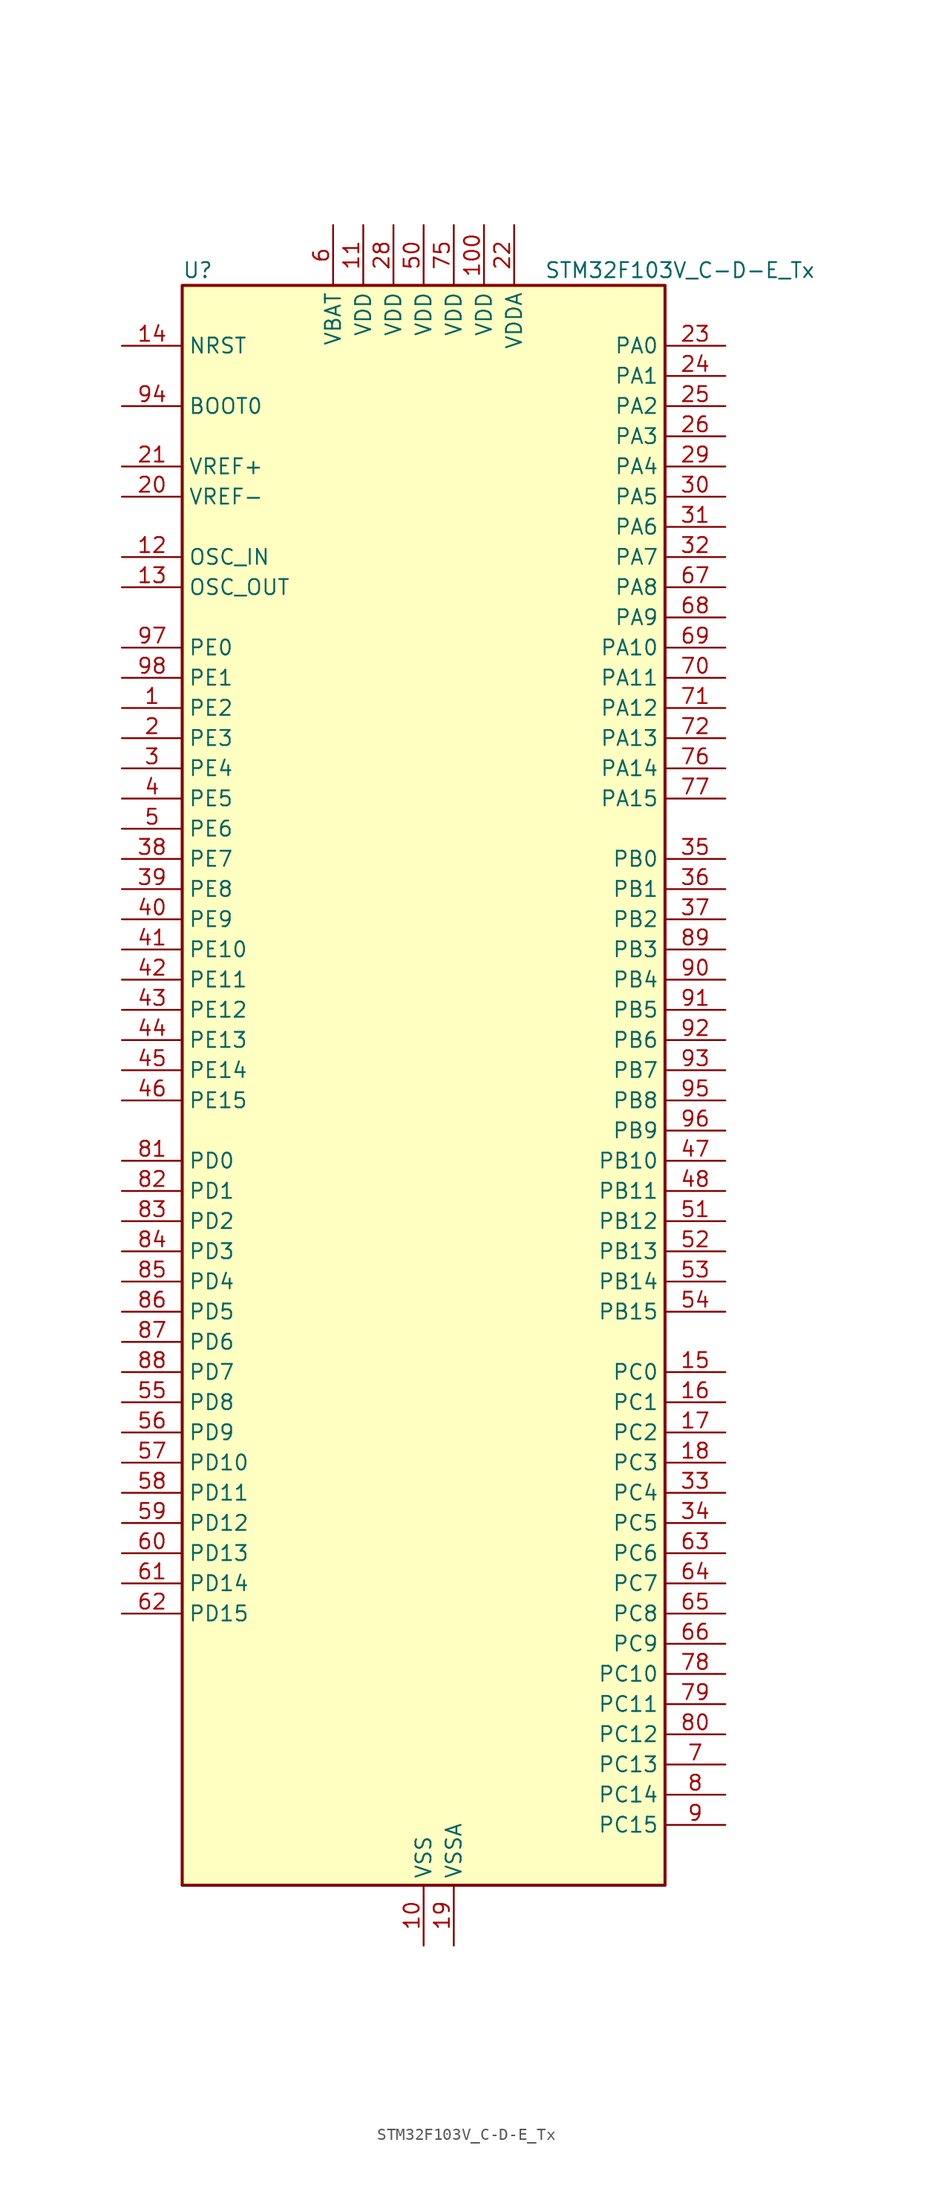
<source format=kicad_sym>
(kicad_symbol_lib
  (version 20241209)
  (generator "kicad_symbol_editor")
  (generator_version "9.0")
  (symbol "STM32F103V_C-D-E_Tx"
    (property "Reference" "U"
      (at -20.32 69.85 0)
      (effects (font (size 1.27 1.27)) (justify left)))
    (property "Value" "STM32F103V_C-D-E_Tx"
      (at 10.16 69.85 0)
      (effects (font (size 1.27 1.27)) (justify left)))
    (symbol "STM32F103V_C-D-E_Tx_0_1"
      (rectangle (start -20.32 -66.04) (end 20.32 68.58) (stroke (width 0.254) (type default)) (fill (type background))))
    (symbol "STM32F103V_C-D-E_Tx_1_1"
      (pin input line (at -25.4 63.5 0) (length 5.08) (name "NRST" (effects (font (size 1.27 1.27)))) (number "14" (effects (font (size 1.27 1.27)))))
      (pin input line (at -25.4 58.42 0) (length 5.08) (name "BOOT0" (effects (font (size 1.27 1.27)))) (number "94" (effects (font (size 1.27 1.27)))))
      (pin input line (at -25.4 53.34 0) (length 5.08) (name "VREF+" (effects (font (size 1.27 1.27)))) (number "21" (effects (font (size 1.27 1.27)))))
      (pin input line (at -25.4 50.8 0) (length 5.08) (name "VREF-" (effects (font (size 1.27 1.27)))) (number "20" (effects (font (size 1.27 1.27)))))
      (pin input line (at -25.4 45.72 0) (length 5.08) (name "OSC_IN" (effects (font (size 1.27 1.27)))) (number "12" (effects (font (size 1.27 1.27)))) (alternate "RCC_OSC_IN" bidirectional line))
      (pin input line (at -25.4 43.18 0) (length 5.08) (name "OSC_OUT" (effects (font (size 1.27 1.27)))) (number "13" (effects (font (size 1.27 1.27)))) (alternate "RCC_OSC_OUT" bidirectional line))
      (pin bidirectional line (at -25.4 38.1 0) (length 5.08) (name "PE0" (effects (font (size 1.27 1.27)))) (number "97" (effects (font (size 1.27 1.27)))) (alternate "FSMC_NBL0" bidirectional line) (alternate "TIM4_ETR" bidirectional line))
      (pin bidirectional line (at -25.4 35.56 0) (length 5.08) (name "PE1" (effects (font (size 1.27 1.27)))) (number "98" (effects (font (size 1.27 1.27)))) (alternate "FSMC_NBL1" bidirectional line))
      (pin bidirectional line (at -25.4 33.02 0) (length 5.08) (name "PE2" (effects (font (size 1.27 1.27)))) (number "1" (effects (font (size 1.27 1.27)))) (alternate "FSMC_A23" bidirectional line) (alternate "SYS_TRACECLK" bidirectional line))
      (pin bidirectional line (at -25.4 30.48 0) (length 5.08) (name "PE3" (effects (font (size 1.27 1.27)))) (number "2" (effects (font (size 1.27 1.27)))) (alternate "FSMC_A19" bidirectional line) (alternate "SYS_TRACED0" bidirectional line))
      (pin bidirectional line (at -25.4 27.94 0) (length 5.08) (name "PE4" (effects (font (size 1.27 1.27)))) (number "3" (effects (font (size 1.27 1.27)))) (alternate "FSMC_A20" bidirectional line) (alternate "SYS_TRACED1" bidirectional line))
      (pin bidirectional line (at -25.4 25.4 0) (length 5.08) (name "PE5" (effects (font (size 1.27 1.27)))) (number "4" (effects (font (size 1.27 1.27)))) (alternate "FSMC_A21" bidirectional line) (alternate "SYS_TRACED2" bidirectional line))
      (pin bidirectional line (at -25.4 22.86 0) (length 5.08) (name "PE6" (effects (font (size 1.27 1.27)))) (number "5" (effects (font (size 1.27 1.27)))) (alternate "FSMC_A22" bidirectional line) (alternate "SYS_TRACED3" bidirectional line))
      (pin bidirectional line (at -25.4 20.32 0) (length 5.08) (name "PE7" (effects (font (size 1.27 1.27)))) (number "38" (effects (font (size 1.27 1.27)))) (alternate "FSMC_D4" bidirectional line) (alternate "FSMC_DA4" bidirectional line) (alternate "TIM1_ETR" bidirectional line))
      (pin bidirectional line (at -25.4 17.78 0) (length 5.08) (name "PE8" (effects (font (size 1.27 1.27)))) (number "39" (effects (font (size 1.27 1.27)))) (alternate "FSMC_D5" bidirectional line) (alternate "FSMC_DA5" bidirectional line) (alternate "TIM1_CH1N" bidirectional line))
      (pin bidirectional line (at -25.4 15.24 0) (length 5.08) (name "PE9" (effects (font (size 1.27 1.27)))) (number "40" (effects (font (size 1.27 1.27)))) (alternate "DAC_EXTI9" bidirectional line) (alternate "FSMC_D6" bidirectional line) (alternate "FSMC_DA6" bidirectional line) (alternate "TIM1_CH1" bidirectional line))
      (pin bidirectional line (at -25.4 12.7 0) (length 5.08) (name "PE10" (effects (font (size 1.27 1.27)))) (number "41" (effects (font (size 1.27 1.27)))) (alternate "FSMC_D7" bidirectional line) (alternate "FSMC_DA7" bidirectional line) (alternate "TIM1_CH2N" bidirectional line))
      (pin bidirectional line (at -25.4 10.16 0) (length 5.08) (name "PE11" (effects (font (size 1.27 1.27)))) (number "42" (effects (font (size 1.27 1.27)))) (alternate "ADC1_EXTI11" bidirectional line) (alternate "ADC2_EXTI11" bidirectional line) (alternate "FSMC_D8" bidirectional line) (alternate "FSMC_DA8" bidirectional line) (alternate "TIM1_CH2" bidirectional line))
      (pin bidirectional line (at -25.4 7.62 0) (length 5.08) (name "PE12" (effects (font (size 1.27 1.27)))) (number "43" (effects (font (size 1.27 1.27)))) (alternate "FSMC_D9" bidirectional line) (alternate "FSMC_DA9" bidirectional line) (alternate "TIM1_CH3N" bidirectional line))
      (pin bidirectional line (at -25.4 5.08 0) (length 5.08) (name "PE13" (effects (font (size 1.27 1.27)))) (number "44" (effects (font (size 1.27 1.27)))) (alternate "FSMC_D10" bidirectional line) (alternate "FSMC_DA10" bidirectional line) (alternate "TIM1_CH3" bidirectional line))
      (pin bidirectional line (at -25.4 2.54 0) (length 5.08) (name "PE14" (effects (font (size 1.27 1.27)))) (number "45" (effects (font (size 1.27 1.27)))) (alternate "FSMC_D11" bidirectional line) (alternate "FSMC_DA11" bidirectional line) (alternate "TIM1_CH4" bidirectional line))
      (pin bidirectional line (at -25.4 0 0) (length 5.08) (name "PE15" (effects (font (size 1.27 1.27)))) (number "46" (effects (font (size 1.27 1.27)))) (alternate "ADC1_EXTI15" bidirectional line) (alternate "ADC2_EXTI15" bidirectional line) (alternate "FSMC_D12" bidirectional line) (alternate "FSMC_DA12" bidirectional line) (alternate "TIM1_BKIN" bidirectional line))
      (pin bidirectional line (at -25.4 -5.08 0) (length 5.08) (name "PD0" (effects (font (size 1.27 1.27)))) (number "81" (effects (font (size 1.27 1.27)))) (alternate "CAN_RX" bidirectional line) (alternate "FSMC_D2" bidirectional line) (alternate "FSMC_DA2" bidirectional line))
      (pin bidirectional line (at -25.4 -7.62 0) (length 5.08) (name "PD1" (effects (font (size 1.27 1.27)))) (number "82" (effects (font (size 1.27 1.27)))) (alternate "CAN_TX" bidirectional line) (alternate "FSMC_D3" bidirectional line) (alternate "FSMC_DA3" bidirectional line))
      (pin bidirectional line (at -25.4 -10.16 0) (length 5.08) (name "PD2" (effects (font (size 1.27 1.27)))) (number "83" (effects (font (size 1.27 1.27)))) (alternate "SDIO_CMD" bidirectional line) (alternate "TIM3_ETR" bidirectional line) (alternate "UART5_RX" bidirectional line))
      (pin bidirectional line (at -25.4 -12.7 0) (length 5.08) (name "PD3" (effects (font (size 1.27 1.27)))) (number "84" (effects (font (size 1.27 1.27)))) (alternate "FSMC_CLK" bidirectional line) (alternate "USART2_CTS" bidirectional line))
      (pin bidirectional line (at -25.4 -15.24 0) (length 5.08) (name "PD4" (effects (font (size 1.27 1.27)))) (number "85" (effects (font (size 1.27 1.27)))) (alternate "FSMC_NOE" bidirectional line) (alternate "USART2_RTS" bidirectional line))
      (pin bidirectional line (at -25.4 -17.78 0) (length 5.08) (name "PD5" (effects (font (size 1.27 1.27)))) (number "86" (effects (font (size 1.27 1.27)))) (alternate "FSMC_NWE" bidirectional line) (alternate "USART2_TX" bidirectional line))
      (pin bidirectional line (at -25.4 -20.32 0) (length 5.08) (name "PD6" (effects (font (size 1.27 1.27)))) (number "87" (effects (font (size 1.27 1.27)))) (alternate "FSMC_NWAIT" bidirectional line) (alternate "USART2_RX" bidirectional line))
      (pin bidirectional line (at -25.4 -22.86 0) (length 5.08) (name "PD7" (effects (font (size 1.27 1.27)))) (number "88" (effects (font (size 1.27 1.27)))) (alternate "FSMC_NCE2" bidirectional line) (alternate "FSMC_NE1" bidirectional line) (alternate "USART2_CK" bidirectional line))
      (pin bidirectional line (at -25.4 -25.4 0) (length 5.08) (name "PD8" (effects (font (size 1.27 1.27)))) (number "55" (effects (font (size 1.27 1.27)))) (alternate "FSMC_D13" bidirectional line) (alternate "FSMC_DA13" bidirectional line) (alternate "USART3_TX" bidirectional line))
      (pin bidirectional line (at -25.4 -27.94 0) (length 5.08) (name "PD9" (effects (font (size 1.27 1.27)))) (number "56" (effects (font (size 1.27 1.27)))) (alternate "DAC_EXTI9" bidirectional line) (alternate "FSMC_D14" bidirectional line) (alternate "FSMC_DA14" bidirectional line) (alternate "USART3_RX" bidirectional line))
      (pin bidirectional line (at -25.4 -30.48 0) (length 5.08) (name "PD10" (effects (font (size 1.27 1.27)))) (number "57" (effects (font (size 1.27 1.27)))) (alternate "FSMC_D15" bidirectional line) (alternate "FSMC_DA15" bidirectional line) (alternate "USART3_CK" bidirectional line))
      (pin bidirectional line (at -25.4 -33.02 0) (length 5.08) (name "PD11" (effects (font (size 1.27 1.27)))) (number "58" (effects (font (size 1.27 1.27)))) (alternate "ADC1_EXTI11" bidirectional line) (alternate "ADC2_EXTI11" bidirectional line) (alternate "FSMC_A16" bidirectional line) (alternate "FSMC_CLE" bidirectional line) (alternate "USART3_CTS" bidirectional line))
      (pin bidirectional line (at -25.4 -35.56 0) (length 5.08) (name "PD12" (effects (font (size 1.27 1.27)))) (number "59" (effects (font (size 1.27 1.27)))) (alternate "FSMC_A17" bidirectional line) (alternate "FSMC_ALE" bidirectional line) (alternate "TIM4_CH1" bidirectional line) (alternate "USART3_RTS" bidirectional line))
      (pin bidirectional line (at -25.4 -38.1 0) (length 5.08) (name "PD13" (effects (font (size 1.27 1.27)))) (number "60" (effects (font (size 1.27 1.27)))) (alternate "FSMC_A18" bidirectional line) (alternate "TIM4_CH2" bidirectional line))
      (pin bidirectional line (at -25.4 -40.64 0) (length 5.08) (name "PD14" (effects (font (size 1.27 1.27)))) (number "61" (effects (font (size 1.27 1.27)))) (alternate "FSMC_D0" bidirectional line) (alternate "FSMC_DA0" bidirectional line) (alternate "TIM4_CH3" bidirectional line))
      (pin bidirectional line (at -25.4 -43.18 0) (length 5.08) (name "PD15" (effects (font (size 1.27 1.27)))) (number "62" (effects (font (size 1.27 1.27)))) (alternate "ADC1_EXTI15" bidirectional line) (alternate "ADC2_EXTI15" bidirectional line) (alternate "FSMC_D1" bidirectional line) (alternate "FSMC_DA1" bidirectional line) (alternate "TIM4_CH4" bidirectional line))
      (pin no_connect line (at -20.32 -66.04 0) (length 5.08) (hide yes) (name "NC" (effects (font (size 1.27 1.27)))) (number "73" (effects (font (size 1.27 1.27)))))
      (pin power_in line (at -7.62 73.66 270) (length 5.08) (name "VBAT" (effects (font (size 1.27 1.27)))) (number "6" (effects (font (size 1.27 1.27)))))
      (pin power_in line (at -5.08 73.66 270) (length 5.08) (name "VDD" (effects (font (size 1.27 1.27)))) (number "11" (effects (font (size 1.27 1.27)))))
      (pin power_in line (at -2.54 73.66 270) (length 5.08) (name "VDD" (effects (font (size 1.27 1.27)))) (number "28" (effects (font (size 1.27 1.27)))))
      (pin power_in line (at 0 73.66 270) (length 5.08) (name "VDD" (effects (font (size 1.27 1.27)))) (number "50" (effects (font (size 1.27 1.27)))))
      (pin power_in line (at 0 -71.12 90) (length 5.08) (name "VSS" (effects (font (size 1.27 1.27)))) (number "10" (effects (font (size 1.27 1.27)))))
      (pin passive line (at 0 -71.12 90) (length 5.08) (hide yes) (name "VSS" (effects (font (size 1.27 1.27)))) (number "27" (effects (font (size 1.27 1.27)))))
      (pin passive line (at 0 -71.12 90) (length 5.08) (hide yes) (name "VSS" (effects (font (size 1.27 1.27)))) (number "49" (effects (font (size 1.27 1.27)))))
      (pin passive line (at 0 -71.12 90) (length 5.08) (hide yes) (name "VSS" (effects (font (size 1.27 1.27)))) (number "74" (effects (font (size 1.27 1.27)))))
      (pin passive line (at 0 -71.12 90) (length 5.08) (hide yes) (name "VSS" (effects (font (size 1.27 1.27)))) (number "99" (effects (font (size 1.27 1.27)))))
      (pin power_in line (at 2.54 73.66 270) (length 5.08) (name "VDD" (effects (font (size 1.27 1.27)))) (number "75" (effects (font (size 1.27 1.27)))))
      (pin power_in line (at 2.54 -71.12 90) (length 5.08) (name "VSSA" (effects (font (size 1.27 1.27)))) (number "19" (effects (font (size 1.27 1.27)))))
      (pin power_in line (at 5.08 73.66 270) (length 5.08) (name "VDD" (effects (font (size 1.27 1.27)))) (number "100" (effects (font (size 1.27 1.27)))))
      (pin power_in line (at 7.62 73.66 270) (length 5.08) (name "VDDA" (effects (font (size 1.27 1.27)))) (number "22" (effects (font (size 1.27 1.27)))))
      (pin bidirectional line (at 25.4 63.5 180) (length 5.08) (name "PA0" (effects (font (size 1.27 1.27)))) (number "23" (effects (font (size 1.27 1.27)))) (alternate "ADC1_IN0" bidirectional line) (alternate "ADC2_IN0" bidirectional line) (alternate "ADC3_IN0" bidirectional line) (alternate "SYS_WKUP" bidirectional line) (alternate "TIM2_CH1" bidirectional line) (alternate "TIM2_ETR" bidirectional line) (alternate "TIM5_CH1" bidirectional line) (alternate "TIM8_ETR" bidirectional line) (alternate "USART2_CTS" bidirectional line))
      (pin bidirectional line (at 25.4 60.96 180) (length 5.08) (name "PA1" (effects (font (size 1.27 1.27)))) (number "24" (effects (font (size 1.27 1.27)))) (alternate "ADC1_IN1" bidirectional line) (alternate "ADC2_IN1" bidirectional line) (alternate "ADC3_IN1" bidirectional line) (alternate "TIM2_CH2" bidirectional line) (alternate "TIM5_CH2" bidirectional line) (alternate "USART2_RTS" bidirectional line))
      (pin bidirectional line (at 25.4 58.42 180) (length 5.08) (name "PA2" (effects (font (size 1.27 1.27)))) (number "25" (effects (font (size 1.27 1.27)))) (alternate "ADC1_IN2" bidirectional line) (alternate "ADC2_IN2" bidirectional line) (alternate "ADC3_IN2" bidirectional line) (alternate "TIM2_CH3" bidirectional line) (alternate "TIM5_CH3" bidirectional line) (alternate "USART2_TX" bidirectional line))
      (pin bidirectional line (at 25.4 55.88 180) (length 5.08) (name "PA3" (effects (font (size 1.27 1.27)))) (number "26" (effects (font (size 1.27 1.27)))) (alternate "ADC1_IN3" bidirectional line) (alternate "ADC2_IN3" bidirectional line) (alternate "ADC3_IN3" bidirectional line) (alternate "TIM2_CH4" bidirectional line) (alternate "TIM5_CH4" bidirectional line) (alternate "USART2_RX" bidirectional line))
      (pin bidirectional line (at 25.4 53.34 180) (length 5.08) (name "PA4" (effects (font (size 1.27 1.27)))) (number "29" (effects (font (size 1.27 1.27)))) (alternate "ADC1_IN4" bidirectional line) (alternate "ADC2_IN4" bidirectional line) (alternate "DAC_OUT1" bidirectional line) (alternate "SPI1_NSS" bidirectional line) (alternate "USART2_CK" bidirectional line))
      (pin bidirectional line (at 25.4 50.8 180) (length 5.08) (name "PA5" (effects (font (size 1.27 1.27)))) (number "30" (effects (font (size 1.27 1.27)))) (alternate "ADC1_IN5" bidirectional line) (alternate "ADC2_IN5" bidirectional line) (alternate "DAC_OUT2" bidirectional line) (alternate "SPI1_SCK" bidirectional line))
      (pin bidirectional line (at 25.4 48.26 180) (length 5.08) (name "PA6" (effects (font (size 1.27 1.27)))) (number "31" (effects (font (size 1.27 1.27)))) (alternate "ADC1_IN6" bidirectional line) (alternate "ADC2_IN6" bidirectional line) (alternate "SPI1_MISO" bidirectional line) (alternate "TIM1_BKIN" bidirectional line) (alternate "TIM3_CH1" bidirectional line) (alternate "TIM8_BKIN" bidirectional line))
      (pin bidirectional line (at 25.4 45.72 180) (length 5.08) (name "PA7" (effects (font (size 1.27 1.27)))) (number "32" (effects (font (size 1.27 1.27)))) (alternate "ADC1_IN7" bidirectional line) (alternate "ADC2_IN7" bidirectional line) (alternate "SPI1_MOSI" bidirectional line) (alternate "TIM1_CH1N" bidirectional line) (alternate "TIM3_CH2" bidirectional line) (alternate "TIM8_CH1N" bidirectional line))
      (pin bidirectional line (at 25.4 43.18 180) (length 5.08) (name "PA8" (effects (font (size 1.27 1.27)))) (number "67" (effects (font (size 1.27 1.27)))) (alternate "RCC_MCO" bidirectional line) (alternate "TIM1_CH1" bidirectional line) (alternate "USART1_CK" bidirectional line))
      (pin bidirectional line (at 25.4 40.64 180) (length 5.08) (name "PA9" (effects (font (size 1.27 1.27)))) (number "68" (effects (font (size 1.27 1.27)))) (alternate "DAC_EXTI9" bidirectional line) (alternate "TIM1_CH2" bidirectional line) (alternate "USART1_TX" bidirectional line))
      (pin bidirectional line (at 25.4 38.1 180) (length 5.08) (name "PA10" (effects (font (size 1.27 1.27)))) (number "69" (effects (font (size 1.27 1.27)))) (alternate "TIM1_CH3" bidirectional line) (alternate "USART1_RX" bidirectional line))
      (pin bidirectional line (at 25.4 35.56 180) (length 5.08) (name "PA11" (effects (font (size 1.27 1.27)))) (number "70" (effects (font (size 1.27 1.27)))) (alternate "ADC1_EXTI11" bidirectional line) (alternate "ADC2_EXTI11" bidirectional line) (alternate "CAN_RX" bidirectional line) (alternate "TIM1_CH4" bidirectional line) (alternate "USART1_CTS" bidirectional line) (alternate "USB_DM" bidirectional line))
      (pin bidirectional line (at 25.4 33.02 180) (length 5.08) (name "PA12" (effects (font (size 1.27 1.27)))) (number "71" (effects (font (size 1.27 1.27)))) (alternate "CAN_TX" bidirectional line) (alternate "TIM1_ETR" bidirectional line) (alternate "USART1_RTS" bidirectional line) (alternate "USB_DP" bidirectional line))
      (pin bidirectional line (at 25.4 30.48 180) (length 5.08) (name "PA13" (effects (font (size 1.27 1.27)))) (number "72" (effects (font (size 1.27 1.27)))) (alternate "SYS_JTMS-SWDIO" bidirectional line))
      (pin bidirectional line (at 25.4 27.94 180) (length 5.08) (name "PA14" (effects (font (size 1.27 1.27)))) (number "76" (effects (font (size 1.27 1.27)))) (alternate "SYS_JTCK-SWCLK" bidirectional line))
      (pin bidirectional line (at 25.4 25.4 180) (length 5.08) (name "PA15" (effects (font (size 1.27 1.27)))) (number "77" (effects (font (size 1.27 1.27)))) (alternate "ADC1_EXTI15" bidirectional line) (alternate "ADC2_EXTI15" bidirectional line) (alternate "I2S3_WS" bidirectional line) (alternate "SPI1_NSS" bidirectional line) (alternate "SPI3_NSS" bidirectional line) (alternate "SYS_JTDI" bidirectional line) (alternate "TIM2_CH1" bidirectional line) (alternate "TIM2_ETR" bidirectional line))
      (pin bidirectional line (at 25.4 20.32 180) (length 5.08) (name "PB0" (effects (font (size 1.27 1.27)))) (number "35" (effects (font (size 1.27 1.27)))) (alternate "ADC1_IN8" bidirectional line) (alternate "ADC2_IN8" bidirectional line) (alternate "TIM1_CH2N" bidirectional line) (alternate "TIM3_CH3" bidirectional line) (alternate "TIM8_CH2N" bidirectional line))
      (pin bidirectional line (at 25.4 17.78 180) (length 5.08) (name "PB1" (effects (font (size 1.27 1.27)))) (number "36" (effects (font (size 1.27 1.27)))) (alternate "ADC1_IN9" bidirectional line) (alternate "ADC2_IN9" bidirectional line) (alternate "TIM1_CH3N" bidirectional line) (alternate "TIM3_CH4" bidirectional line) (alternate "TIM8_CH3N" bidirectional line))
      (pin bidirectional line (at 25.4 15.24 180) (length 5.08) (name "PB2" (effects (font (size 1.27 1.27)))) (number "37" (effects (font (size 1.27 1.27)))))
      (pin bidirectional line (at 25.4 12.7 180) (length 5.08) (name "PB3" (effects (font (size 1.27 1.27)))) (number "89" (effects (font (size 1.27 1.27)))) (alternate "I2S3_CK" bidirectional line) (alternate "SPI1_SCK" bidirectional line) (alternate "SPI3_SCK" bidirectional line) (alternate "SYS_JTDO-TRACESWO" bidirectional line) (alternate "TIM2_CH2" bidirectional line))
      (pin bidirectional line (at 25.4 10.16 180) (length 5.08) (name "PB4" (effects (font (size 1.27 1.27)))) (number "90" (effects (font (size 1.27 1.27)))) (alternate "SPI1_MISO" bidirectional line) (alternate "SPI3_MISO" bidirectional line) (alternate "SYS_NJTRST" bidirectional line) (alternate "TIM3_CH1" bidirectional line))
      (pin bidirectional line (at 25.4 7.62 180) (length 5.08) (name "PB5" (effects (font (size 1.27 1.27)))) (number "91" (effects (font (size 1.27 1.27)))) (alternate "I2C1_SMBA" bidirectional line) (alternate "I2S3_SD" bidirectional line) (alternate "SPI1_MOSI" bidirectional line) (alternate "SPI3_MOSI" bidirectional line) (alternate "TIM3_CH2" bidirectional line))
      (pin bidirectional line (at 25.4 5.08 180) (length 5.08) (name "PB6" (effects (font (size 1.27 1.27)))) (number "92" (effects (font (size 1.27 1.27)))) (alternate "I2C1_SCL" bidirectional line) (alternate "TIM4_CH1" bidirectional line) (alternate "USART1_TX" bidirectional line))
      (pin bidirectional line (at 25.4 2.54 180) (length 5.08) (name "PB7" (effects (font (size 1.27 1.27)))) (number "93" (effects (font (size 1.27 1.27)))) (alternate "FSMC_NL" bidirectional line) (alternate "I2C1_SDA" bidirectional line) (alternate "TIM4_CH2" bidirectional line) (alternate "USART1_RX" bidirectional line))
      (pin bidirectional line (at 25.4 0 180) (length 5.08) (name "PB8" (effects (font (size 1.27 1.27)))) (number "95" (effects (font (size 1.27 1.27)))) (alternate "CAN_RX" bidirectional line) (alternate "I2C1_SCL" bidirectional line) (alternate "SDIO_D4" bidirectional line) (alternate "TIM4_CH3" bidirectional line))
      (pin bidirectional line (at 25.4 -2.54 180) (length 5.08) (name "PB9" (effects (font (size 1.27 1.27)))) (number "96" (effects (font (size 1.27 1.27)))) (alternate "CAN_TX" bidirectional line) (alternate "DAC_EXTI9" bidirectional line) (alternate "I2C1_SDA" bidirectional line) (alternate "SDIO_D5" bidirectional line) (alternate "TIM4_CH4" bidirectional line))
      (pin bidirectional line (at 25.4 -5.08 180) (length 5.08) (name "PB10" (effects (font (size 1.27 1.27)))) (number "47" (effects (font (size 1.27 1.27)))) (alternate "I2C2_SCL" bidirectional line) (alternate "TIM2_CH3" bidirectional line) (alternate "USART3_TX" bidirectional line))
      (pin bidirectional line (at 25.4 -7.62 180) (length 5.08) (name "PB11" (effects (font (size 1.27 1.27)))) (number "48" (effects (font (size 1.27 1.27)))) (alternate "ADC1_EXTI11" bidirectional line) (alternate "ADC2_EXTI11" bidirectional line) (alternate "I2C2_SDA" bidirectional line) (alternate "TIM2_CH4" bidirectional line) (alternate "USART3_RX" bidirectional line))
      (pin bidirectional line (at 25.4 -10.16 180) (length 5.08) (name "PB12" (effects (font (size 1.27 1.27)))) (number "51" (effects (font (size 1.27 1.27)))) (alternate "I2C2_SMBA" bidirectional line) (alternate "I2S2_WS" bidirectional line) (alternate "SPI2_NSS" bidirectional line) (alternate "TIM1_BKIN" bidirectional line) (alternate "USART3_CK" bidirectional line))
      (pin bidirectional line (at 25.4 -12.7 180) (length 5.08) (name "PB13" (effects (font (size 1.27 1.27)))) (number "52" (effects (font (size 1.27 1.27)))) (alternate "I2S2_CK" bidirectional line) (alternate "SPI2_SCK" bidirectional line) (alternate "TIM1_CH1N" bidirectional line) (alternate "USART3_CTS" bidirectional line))
      (pin bidirectional line (at 25.4 -15.24 180) (length 5.08) (name "PB14" (effects (font (size 1.27 1.27)))) (number "53" (effects (font (size 1.27 1.27)))) (alternate "SPI2_MISO" bidirectional line) (alternate "TIM1_CH2N" bidirectional line) (alternate "USART3_RTS" bidirectional line))
      (pin bidirectional line (at 25.4 -17.78 180) (length 5.08) (name "PB15" (effects (font (size 1.27 1.27)))) (number "54" (effects (font (size 1.27 1.27)))) (alternate "ADC1_EXTI15" bidirectional line) (alternate "ADC2_EXTI15" bidirectional line) (alternate "I2S2_SD" bidirectional line) (alternate "SPI2_MOSI" bidirectional line) (alternate "TIM1_CH3N" bidirectional line))
      (pin bidirectional line (at 25.4 -22.86 180) (length 5.08) (name "PC0" (effects (font (size 1.27 1.27)))) (number "15" (effects (font (size 1.27 1.27)))) (alternate "ADC1_IN10" bidirectional line) (alternate "ADC2_IN10" bidirectional line) (alternate "ADC3_IN10" bidirectional line))
      (pin bidirectional line (at 25.4 -25.4 180) (length 5.08) (name "PC1" (effects (font (size 1.27 1.27)))) (number "16" (effects (font (size 1.27 1.27)))) (alternate "ADC1_IN11" bidirectional line) (alternate "ADC2_IN11" bidirectional line) (alternate "ADC3_IN11" bidirectional line))
      (pin bidirectional line (at 25.4 -27.94 180) (length 5.08) (name "PC2" (effects (font (size 1.27 1.27)))) (number "17" (effects (font (size 1.27 1.27)))) (alternate "ADC1_IN12" bidirectional line) (alternate "ADC2_IN12" bidirectional line) (alternate "ADC3_IN12" bidirectional line))
      (pin bidirectional line (at 25.4 -30.48 180) (length 5.08) (name "PC3" (effects (font (size 1.27 1.27)))) (number "18" (effects (font (size 1.27 1.27)))) (alternate "ADC1_IN13" bidirectional line) (alternate "ADC2_IN13" bidirectional line) (alternate "ADC3_IN13" bidirectional line))
      (pin bidirectional line (at 25.4 -33.02 180) (length 5.08) (name "PC4" (effects (font (size 1.27 1.27)))) (number "33" (effects (font (size 1.27 1.27)))) (alternate "ADC1_IN14" bidirectional line) (alternate "ADC2_IN14" bidirectional line))
      (pin bidirectional line (at 25.4 -35.56 180) (length 5.08) (name "PC5" (effects (font (size 1.27 1.27)))) (number "34" (effects (font (size 1.27 1.27)))) (alternate "ADC1_IN15" bidirectional line) (alternate "ADC2_IN15" bidirectional line))
      (pin bidirectional line (at 25.4 -38.1 180) (length 5.08) (name "PC6" (effects (font (size 1.27 1.27)))) (number "63" (effects (font (size 1.27 1.27)))) (alternate "I2S2_MCK" bidirectional line) (alternate "SDIO_D6" bidirectional line) (alternate "TIM3_CH1" bidirectional line) (alternate "TIM8_CH1" bidirectional line))
      (pin bidirectional line (at 25.4 -40.64 180) (length 5.08) (name "PC7" (effects (font (size 1.27 1.27)))) (number "64" (effects (font (size 1.27 1.27)))) (alternate "I2S3_MCK" bidirectional line) (alternate "SDIO_D7" bidirectional line) (alternate "TIM3_CH2" bidirectional line) (alternate "TIM8_CH2" bidirectional line))
      (pin bidirectional line (at 25.4 -43.18 180) (length 5.08) (name "PC8" (effects (font (size 1.27 1.27)))) (number "65" (effects (font (size 1.27 1.27)))) (alternate "SDIO_D0" bidirectional line) (alternate "TIM3_CH3" bidirectional line) (alternate "TIM8_CH3" bidirectional line))
      (pin bidirectional line (at 25.4 -45.72 180) (length 5.08) (name "PC9" (effects (font (size 1.27 1.27)))) (number "66" (effects (font (size 1.27 1.27)))) (alternate "DAC_EXTI9" bidirectional line) (alternate "SDIO_D1" bidirectional line) (alternate "TIM3_CH4" bidirectional line) (alternate "TIM8_CH4" bidirectional line))
      (pin bidirectional line (at 25.4 -48.26 180) (length 5.08) (name "PC10" (effects (font (size 1.27 1.27)))) (number "78" (effects (font (size 1.27 1.27)))) (alternate "SDIO_D2" bidirectional line) (alternate "UART4_TX" bidirectional line) (alternate "USART3_TX" bidirectional line))
      (pin bidirectional line (at 25.4 -50.8 180) (length 5.08) (name "PC11" (effects (font (size 1.27 1.27)))) (number "79" (effects (font (size 1.27 1.27)))) (alternate "ADC1_EXTI11" bidirectional line) (alternate "ADC2_EXTI11" bidirectional line) (alternate "SDIO_D3" bidirectional line) (alternate "UART4_RX" bidirectional line) (alternate "USART3_RX" bidirectional line))
      (pin bidirectional line (at 25.4 -53.34 180) (length 5.08) (name "PC12" (effects (font (size 1.27 1.27)))) (number "80" (effects (font (size 1.27 1.27)))) (alternate "SDIO_CK" bidirectional line) (alternate "UART5_TX" bidirectional line) (alternate "USART3_CK" bidirectional line))
      (pin bidirectional line (at 25.4 -55.88 180) (length 5.08) (name "PC13" (effects (font (size 1.27 1.27)))) (number "7" (effects (font (size 1.27 1.27)))) (alternate "RTC_OUT" bidirectional line) (alternate "RTC_TAMPER" bidirectional line))
      (pin bidirectional line (at 25.4 -58.42 180) (length 5.08) (name "PC14" (effects (font (size 1.27 1.27)))) (number "8" (effects (font (size 1.27 1.27)))) (alternate "RCC_OSC32_IN" bidirectional line))
      (pin bidirectional line (at 25.4 -60.96 180) (length 5.08) (name "PC15" (effects (font (size 1.27 1.27)))) (number "9" (effects (font (size 1.27 1.27)))) (alternate "ADC1_EXTI15" bidirectional line) (alternate "ADC2_EXTI15" bidirectional line) (alternate "RCC_OSC32_OUT" bidirectional line)))))
</source>
